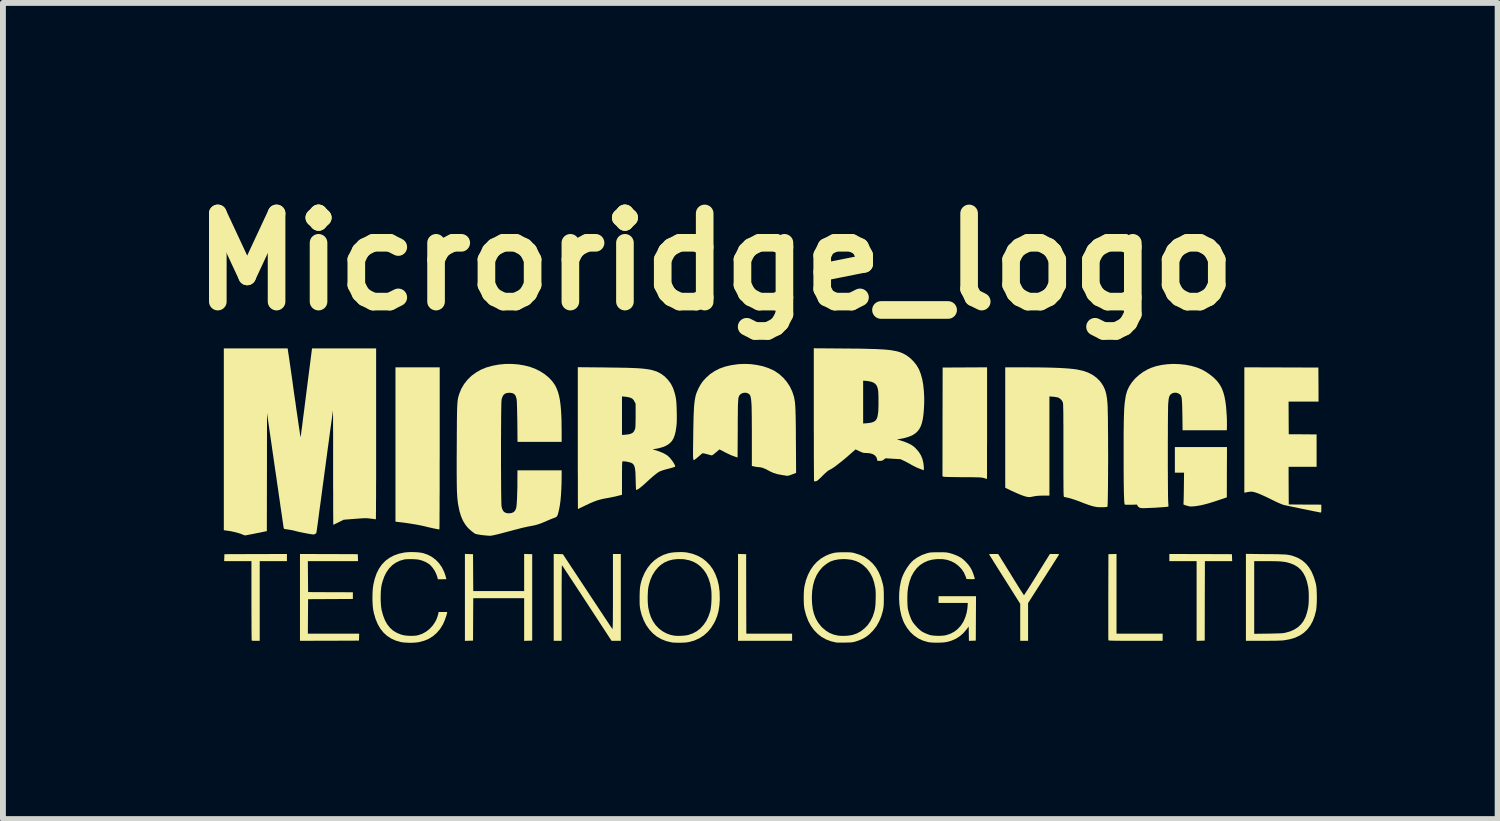
<source format=kicad_pcb>
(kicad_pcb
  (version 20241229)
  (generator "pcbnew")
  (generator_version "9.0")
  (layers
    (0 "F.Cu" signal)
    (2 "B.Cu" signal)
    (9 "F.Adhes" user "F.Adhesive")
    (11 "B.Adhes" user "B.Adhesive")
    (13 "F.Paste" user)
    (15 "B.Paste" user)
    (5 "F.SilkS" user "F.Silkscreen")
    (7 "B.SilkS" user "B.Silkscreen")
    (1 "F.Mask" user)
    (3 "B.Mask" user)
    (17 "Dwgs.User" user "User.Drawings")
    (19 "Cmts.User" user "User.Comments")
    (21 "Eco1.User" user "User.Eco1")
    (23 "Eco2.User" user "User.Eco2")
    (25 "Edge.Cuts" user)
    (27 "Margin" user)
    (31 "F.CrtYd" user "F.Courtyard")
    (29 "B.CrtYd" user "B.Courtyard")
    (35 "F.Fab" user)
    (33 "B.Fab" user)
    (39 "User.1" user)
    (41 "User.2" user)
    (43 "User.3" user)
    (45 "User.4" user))
  (footprint "Microridge_logo"
    (layer "F.Cu")
    (at 10.121 5.404)
    (property "Reference" "Microridge_logo" (at -1 -4 0) (layer "F.SilkS") (effects (font (size 1.5 1.5) (thickness 0.3))))
    (attr board_only exclude_from_pos_files exclude_from_bom)
    (fp_poly (pts (xy -0.542 0.975) (xy -0.473 0.977) (xy -0.472 1.654) (xy -0.47 2.33) (xy -0.081 2.33) (xy 0.309 2.33) (xy 0.309 2.391) (xy 0.309 2.451) (xy -0.151 2.451) (xy -0.611 2.451) (xy -0.611 1.712) (xy -0.611 0.973)) (stroke (width 0) (type solid)) (fill yes) (layer "F.SilkS"))
    (fp_poly (pts (xy 7.262 0.975) (xy 7.794 0.977) (xy 7.796 1.036) (xy 7.798 1.095) (xy 7.566 1.095) (xy 7.334 1.095) (xy 7.332 1.771) (xy 7.331 2.448) (xy 7.262 2.45) (xy 7.193 2.452) (xy 7.193 1.773) (xy 7.193 1.095) (xy 6.961 1.095) (xy 6.729 1.095) (xy 6.729 1.034) (xy 6.729 0.974)) (stroke (width 0) (type solid)) (fill yes) (layer "F.SilkS"))
    (fp_poly (pts (xy -7.574 0.975) (xy -7.082 0.977) (xy -7.08 1.036) (xy -7.078 1.095) (xy -7.505 1.095) (xy -7.932 1.095) (xy -7.93 1.358) (xy -7.928 1.622) (xy -7.547 1.624) (xy -7.166 1.625) (xy -7.166 1.682) (xy -7.166 1.739) (xy -7.547 1.741) (xy -7.928 1.743) (xy -7.93 2.037) (xy -7.932 2.33) (xy -7.495 2.33) (xy -7.058 2.33) (xy -7.06 2.389) (xy -7.062 2.448) (xy -7.564 2.45) (xy -8.066 2.451) (xy -8.066 1.713) (xy -8.066 0.974)) (stroke (width 0) (type solid)) (fill yes) (layer "F.SilkS"))
    (fp_poly (pts (xy -4.182 0.975) (xy -4.114 0.977) (xy -4.114 1.713) (xy -4.114 2.448) (xy -4.182 2.45) (xy -4.251 2.452) (xy -4.251 2.089) (xy -4.251 1.726) (xy -4.684 1.726) (xy -5.117 1.726) (xy -5.119 2.087) (xy -5.121 2.448) (xy -5.19 2.45) (xy -5.259 2.452) (xy -5.259 1.713) (xy -5.259 0.973) (xy -5.19 0.975) (xy -5.121 0.977) (xy -5.119 1.291) (xy -5.117 1.605) (xy -4.684 1.605) (xy -4.251 1.605) (xy -4.251 1.289) (xy -4.251 0.973)) (stroke (width 0) (type solid)) (fill yes) (layer "F.SilkS"))
    (fp_poly (pts (xy -8.288 1.034) (xy -8.288 1.095) (xy -8.519 1.095) (xy -8.751 1.095) (xy -8.751 1.773) (xy -8.751 2.451) (xy -8.817 2.451) (xy -8.846 2.451) (xy -8.869 2.45) (xy -8.884 2.448) (xy -8.888 2.447) (xy -8.888 2.44) (xy -8.889 2.42) (xy -8.889 2.389) (xy -8.89 2.347) (xy -8.89 2.295) (xy -8.891 2.234) (xy -8.891 2.165) (xy -8.891 2.089) (xy -8.892 2.007) (xy -8.892 1.92) (xy -8.892 1.828) (xy -8.892 1.769) (xy -8.892 1.095) (xy -9.124 1.095) (xy -9.356 1.095) (xy -9.354 1.036) (xy -9.352 0.977) (xy -8.82 0.975) (xy -8.288 0.974)) (stroke (width 0) (type solid)) (fill yes) (layer "F.SilkS"))
    (fp_poly (pts (xy 5.83 1.652) (xy 5.83 2.33) (xy 6.222 2.33) (xy 6.615 2.33) (xy 6.615 2.391) (xy 6.615 2.451) (xy 6.155 2.451) (xy 6.061 2.451) (xy 5.98 2.451) (xy 5.911 2.451) (xy 5.853 2.45) (xy 5.806 2.45) (xy 5.767 2.449) (xy 5.738 2.448) (xy 5.716 2.447) (xy 5.702 2.446) (xy 5.694 2.444) (xy 5.692 2.443) (xy 5.691 2.435) (xy 5.691 2.415) (xy 5.69 2.383) (xy 5.69 2.34) (xy 5.69 2.288) (xy 5.69 2.226) (xy 5.69 2.156) (xy 5.69 2.079) (xy 5.69 1.995) (xy 5.69 1.906) (xy 5.69 1.812) (xy 5.69 1.715) (xy 5.69 1.706) (xy 5.692 0.977) (xy 5.761 0.975) (xy 5.83 0.973)) (stroke (width 0) (type solid)) (fill yes) (layer "F.SilkS"))
    (fp_poly (pts (xy 7.708 -0.418) (xy 7.707 0.01) (xy 7.592 0.049) (xy 7.496 0.081) (xy 7.41 0.108) (xy 7.336 0.128) (xy 7.271 0.144) (xy 7.255 0.147) (xy 7.213 0.154) (xy 7.171 0.16) (xy 7.132 0.164) (xy 7.098 0.165) (xy 7.074 0.164) (xy 7.072 0.164) (xy 7.057 0.16) (xy 7.034 0.154) (xy 7.009 0.147) (xy 6.985 0.138) (xy 6.972 0.132) (xy 6.968 0.126) (xy 6.969 0.122) (xy 6.97 0.113) (xy 6.971 0.092) (xy 6.972 0.061) (xy 6.973 0.021) (xy 6.974 -0.027) (xy 6.975 -0.08) (xy 6.976 -0.138) (xy 6.976 -0.149) (xy 6.979 -0.41) (xy 6.901 -0.41) (xy 6.823 -0.41) (xy 6.823 -0.628) (xy 6.823 -0.846) (xy 7.267 -0.846) (xy 7.71 -0.846)) (stroke (width 0) (type solid)) (fill yes) (layer "F.SilkS"))
    (fp_poly (pts (xy -5.688 -0.823) (xy -5.688 -0.688) (xy -5.689 -0.556) (xy -5.689 -0.429) (xy -5.689 -0.306) (xy -5.689 -0.19) (xy -5.689 -0.079) (xy -5.69 0.025) (xy -5.69 0.122) (xy -5.69 0.21) (xy -5.691 0.29) (xy -5.691 0.361) (xy -5.691 0.422) (xy -5.692 0.472) (xy -5.692 0.512) (xy -5.693 0.539) (xy -5.693 0.554) (xy -5.694 0.557) (xy -5.702 0.555) (xy -5.72 0.552) (xy -5.747 0.547) (xy -5.777 0.541) (xy -5.815 0.533) (xy -5.86 0.523) (xy -5.907 0.512) (xy -5.95 0.501) (xy -5.951 0.501) (xy -5.991 0.492) (xy -6.041 0.482) (xy -6.099 0.471) (xy -6.161 0.461) (xy -6.225 0.451) (xy -6.287 0.442) (xy -6.345 0.435) (xy -6.363 0.433) (xy -6.389 0.43) (xy -6.411 0.427) (xy -6.422 0.426) (xy -6.441 0.422) (xy -6.441 -0.89) (xy -6.441 -2.203) (xy -6.065 -2.203) (xy -5.688 -2.203)) (stroke (width 0) (type solid)) (fill yes) (layer "F.SilkS"))
    (fp_poly (pts (xy 3.627 -1.253) (xy 3.627 -1.141) (xy 3.627 -1.033) (xy 3.627 -0.929) (xy 3.626 -0.831) (xy 3.626 -0.739) (xy 3.626 -0.653) (xy 3.626 -0.575) (xy 3.626 -0.505) (xy 3.626 -0.445) (xy 3.626 -0.394) (xy 3.626 -0.354) (xy 3.625 -0.324) (xy 3.625 -0.308) (xy 3.625 -0.303) (xy 3.618 -0.305) (xy 3.602 -0.31) (xy 3.579 -0.317) (xy 3.576 -0.318) (xy 3.565 -0.321) (xy 3.553 -0.324) (xy 3.539 -0.326) (xy 3.523 -0.328) (xy 3.503 -0.329) (xy 3.477 -0.331) (xy 3.444 -0.331) (xy 3.403 -0.332) (xy 3.353 -0.333) (xy 3.292 -0.333) (xy 3.219 -0.333) (xy 3.217 -0.333) (xy 3.138 -0.334) (xy 3.068 -0.335) (xy 3.009 -0.336) (xy 2.96 -0.337) (xy 2.923 -0.338) (xy 2.898 -0.34) (xy 2.886 -0.342) (xy 2.886 -0.342) (xy 2.868 -0.349) (xy 2.869 -1.274) (xy 2.871 -2.199) (xy 3.249 -2.201) (xy 3.627 -2.203)) (stroke (width 0) (type solid)) (fill yes) (layer "F.SilkS"))
    (fp_poly (pts (xy 8.635 -2.201) (xy 9.265 -2.199) (xy 9.267 -1.909) (xy 9.268 -1.619) (xy 9.013 -1.619) (xy 8.758 -1.619) (xy 8.759 -1.342) (xy 8.761 -1.064) (xy 8.998 -1.063) (xy 9.235 -1.061) (xy 9.235 -0.786) (xy 9.235 -0.51) (xy 8.996 -0.51) (xy 8.758 -0.51) (xy 8.759 -0.19) (xy 8.761 0.131) (xy 9.038 0.133) (xy 9.315 0.134) (xy 9.315 0.202) (xy 9.315 0.232) (xy 9.314 0.252) (xy 9.312 0.263) (xy 9.308 0.267) (xy 9.303 0.268) (xy 9.294 0.267) (xy 9.274 0.263) (xy 9.243 0.256) (xy 9.203 0.249) (xy 9.156 0.239) (xy 9.102 0.228) (xy 9.044 0.216) (xy 9.003 0.208) (xy 8.941 0.195) (xy 8.881 0.182) (xy 8.826 0.171) (xy 8.777 0.161) (xy 8.735 0.152) (xy 8.702 0.145) (xy 8.68 0.14) (xy 8.672 0.138) (xy 8.654 0.132) (xy 8.624 0.12) (xy 8.586 0.104) (xy 8.541 0.083) (xy 8.49 0.058) (xy 8.457 0.042) (xy 8.379 0.004) (xy 8.311 -0.027) (xy 8.253 -0.052) (xy 8.205 -0.07) (xy 8.166 -0.081) (xy 8.136 -0.087) (xy 8.125 -0.087) (xy 8.103 -0.086) (xy 8.074 -0.082) (xy 8.051 -0.078) (xy 8.005 -0.069) (xy 8.005 -1.136) (xy 8.005 -2.203)) (stroke (width 0) (type solid)) (fill yes) (layer "F.SilkS"))
    (fp_poly (pts (xy -3.67 0.975) (xy -3.592 0.977) (xy -3.174 1.61) (xy -3.119 1.694) (xy -3.066 1.774) (xy -3.015 1.85) (xy -2.968 1.922) (xy -2.923 1.989) (xy -2.883 2.05) (xy -2.847 2.104) (xy -2.816 2.151) (xy -2.79 2.19) (xy -2.77 2.22) (xy -2.756 2.24) (xy -2.749 2.25) (xy -2.748 2.251) (xy -2.747 2.25) (xy -2.746 2.243) (xy -2.745 2.229) (xy -2.744 2.208) (xy -2.743 2.179) (xy -2.742 2.142) (xy -2.741 2.095) (xy -2.741 2.039) (xy -2.741 1.973) (xy -2.74 1.895) (xy -2.74 1.806) (xy -2.74 1.704) (xy -2.74 1.617) (xy -2.74 0.974) (xy -2.673 0.974) (xy -2.606 0.974) (xy -2.606 1.713) (xy -2.606 2.451) (xy -2.685 2.451) (xy -2.764 2.451) (xy -3.183 1.809) (xy -3.238 1.725) (xy -3.291 1.644) (xy -3.342 1.567) (xy -3.389 1.495) (xy -3.433 1.428) (xy -3.474 1.367) (xy -3.509 1.312) (xy -3.541 1.265) (xy -3.566 1.226) (xy -3.586 1.196) (xy -3.6 1.176) (xy -3.607 1.165) (xy -3.608 1.164) (xy -3.609 1.17) (xy -3.61 1.189) (xy -3.61 1.219) (xy -3.611 1.26) (xy -3.611 1.311) (xy -3.612 1.37) (xy -3.612 1.438) (xy -3.613 1.513) (xy -3.613 1.593) (xy -3.613 1.679) (xy -3.613 1.77) (xy -3.613 1.806) (xy -3.613 2.451) (xy -3.68 2.451) (xy -3.748 2.451) (xy -3.748 1.712) (xy -3.748 0.973)) (stroke (width 0) (type solid)) (fill yes) (layer "F.SilkS"))
    (fp_poly (pts (xy 3.831 0.999) (xy 3.838 1.009) (xy 3.851 1.03) (xy 3.869 1.06) (xy 3.893 1.098) (xy 3.921 1.142) (xy 3.952 1.193) (xy 3.986 1.248) (xy 4.023 1.307) (xy 4.049 1.35) (xy 4.086 1.41) (xy 4.121 1.466) (xy 4.153 1.518) (xy 4.182 1.564) (xy 4.207 1.603) (xy 4.228 1.635) (xy 4.243 1.658) (xy 4.252 1.672) (xy 4.255 1.675) (xy 4.26 1.669) (xy 4.271 1.653) (xy 4.287 1.627) (xy 4.309 1.593) (xy 4.336 1.552) (xy 4.366 1.504) (xy 4.4 1.45) (xy 4.436 1.392) (xy 4.475 1.33) (xy 4.478 1.324) (xy 4.696 0.974) (xy 4.776 0.974) (xy 4.81 0.974) (xy 4.832 0.975) (xy 4.845 0.976) (xy 4.851 0.979) (xy 4.851 0.983) (xy 4.85 0.986) (xy 4.845 0.993) (xy 4.834 1.011) (xy 4.817 1.038) (xy 4.794 1.074) (xy 4.766 1.118) (xy 4.735 1.168) (xy 4.699 1.224) (xy 4.66 1.284) (xy 4.619 1.349) (xy 4.584 1.403) (xy 4.325 1.809) (xy 4.325 2.13) (xy 4.325 2.451) (xy 4.258 2.451) (xy 4.191 2.451) (xy 4.191 2.137) (xy 4.191 1.822) (xy 3.926 1.401) (xy 3.883 1.333) (xy 3.842 1.268) (xy 3.804 1.208) (xy 3.769 1.152) (xy 3.738 1.103) (xy 3.712 1.06) (xy 3.69 1.026) (xy 3.674 1) (xy 3.664 0.983) (xy 3.66 0.977) (xy 3.667 0.976) (xy 3.684 0.975) (xy 3.709 0.974) (xy 3.737 0.974) (xy 3.815 0.974)) (stroke (width 0) (type solid)) (fill yes) (layer "F.SilkS"))
    (fp_poly (pts (xy 8.37 0.976) (xy 8.451 0.976) (xy 8.521 0.977) (xy 8.58 0.978) (xy 8.629 0.98) (xy 8.67 0.981) (xy 8.705 0.983) (xy 8.734 0.986) (xy 8.76 0.99) (xy 8.782 0.994) (xy 8.804 0.999) (xy 8.825 1.005) (xy 8.848 1.013) (xy 8.855 1.015) (xy 8.929 1.046) (xy 8.996 1.088) (xy 9.055 1.14) (xy 9.106 1.202) (xy 9.15 1.276) (xy 9.186 1.36) (xy 9.216 1.456) (xy 9.226 1.499) (xy 9.231 1.531) (xy 9.235 1.573) (xy 9.237 1.624) (xy 9.239 1.679) (xy 9.239 1.736) (xy 9.238 1.793) (xy 9.235 1.845) (xy 9.232 1.891) (xy 9.227 1.928) (xy 9.226 1.936) (xy 9.201 2.032) (xy 9.168 2.118) (xy 9.126 2.194) (xy 9.076 2.26) (xy 9.016 2.316) (xy 8.948 2.361) (xy 8.87 2.398) (xy 8.783 2.424) (xy 8.686 2.442) (xy 8.663 2.444) (xy 8.641 2.446) (xy 8.608 2.447) (xy 8.565 2.449) (xy 8.514 2.45) (xy 8.458 2.45) (xy 8.397 2.451) (xy 8.334 2.451) (xy 8.314 2.451) (xy 8.032 2.451) (xy 8.032 1.713) (xy 8.173 1.713) (xy 8.173 2.332) (xy 8.413 2.329) (xy 8.481 2.328) (xy 8.537 2.326) (xy 8.582 2.325) (xy 8.619 2.324) (xy 8.648 2.322) (xy 8.671 2.32) (xy 8.69 2.317) (xy 8.703 2.314) (xy 8.785 2.291) (xy 8.856 2.259) (xy 8.917 2.22) (xy 8.968 2.172) (xy 9.011 2.115) (xy 9.046 2.048) (xy 9.072 1.97) (xy 9.091 1.887) (xy 9.097 1.841) (xy 9.101 1.785) (xy 9.102 1.725) (xy 9.102 1.663) (xy 9.099 1.604) (xy 9.094 1.552) (xy 9.09 1.529) (xy 9.07 1.441) (xy 9.043 1.364) (xy 9.008 1.297) (xy 8.965 1.241) (xy 8.913 1.195) (xy 8.852 1.158) (xy 8.781 1.13) (xy 8.7 1.11) (xy 8.637 1.102) (xy 8.613 1.1) (xy 8.579 1.098) (xy 8.536 1.097) (xy 8.486 1.096) (xy 8.433 1.095) (xy 8.379 1.095) (xy 8.373 1.095) (xy 8.173 1.095) (xy 8.173 1.713) (xy 8.032 1.713) (xy 8.032 1.712) (xy 8.032 0.972)) (stroke (width 0) (type solid)) (fill yes) (layer "F.SilkS"))
    (fp_poly (pts (xy -6.118 0.942) (xy -6.062 0.945) (xy -6.012 0.951) (xy -5.971 0.959) (xy -5.967 0.96) (xy -5.889 0.987) (xy -5.818 1.025) (xy -5.754 1.074) (xy -5.698 1.133) (xy -5.65 1.202) (xy -5.613 1.278) (xy -5.591 1.34) (xy -5.584 1.366) (xy -5.578 1.387) (xy -5.575 1.399) (xy -5.574 1.401) (xy -5.581 1.402) (xy -5.598 1.403) (xy -5.622 1.403) (xy -5.647 1.404) (xy -5.72 1.404) (xy -5.728 1.368) (xy -5.747 1.314) (xy -5.773 1.26) (xy -5.806 1.211) (xy -5.842 1.169) (xy -5.869 1.145) (xy -5.924 1.112) (xy -5.986 1.086) (xy -6.04 1.071) (xy -6.075 1.066) (xy -6.118 1.063) (xy -6.164 1.061) (xy -6.21 1.061) (xy -6.253 1.063) (xy -6.286 1.066) (xy -6.291 1.067) (xy -6.366 1.088) (xy -6.434 1.121) (xy -6.495 1.164) (xy -6.548 1.218) (xy -6.594 1.283) (xy -6.632 1.359) (xy -6.662 1.444) (xy -6.678 1.508) (xy -6.685 1.554) (xy -6.69 1.609) (xy -6.692 1.671) (xy -6.693 1.735) (xy -6.691 1.798) (xy -6.687 1.857) (xy -6.68 1.907) (xy -6.677 1.926) (xy -6.652 2.018) (xy -6.621 2.099) (xy -6.583 2.168) (xy -6.537 2.227) (xy -6.483 2.276) (xy -6.421 2.314) (xy -6.351 2.343) (xy -6.323 2.351) (xy -6.281 2.36) (xy -6.231 2.365) (xy -6.178 2.367) (xy -6.127 2.366) (xy -6.08 2.361) (xy -6.051 2.355) (xy -5.981 2.33) (xy -5.916 2.293) (xy -5.857 2.246) (xy -5.806 2.19) (xy -5.764 2.127) (xy -5.742 2.083) (xy -5.731 2.054) (xy -5.721 2.022) (xy -5.714 2) (xy -5.706 1.961) (xy -5.633 1.961) (xy -5.56 1.961) (xy -5.564 1.983) (xy -5.573 2.017) (xy -5.587 2.059) (xy -5.603 2.102) (xy -5.62 2.143) (xy -5.635 2.175) (xy -5.683 2.252) (xy -5.74 2.318) (xy -5.803 2.373) (xy -5.875 2.418) (xy -5.955 2.451) (xy -6.043 2.474) (xy -6.044 2.474) (xy -6.088 2.48) (xy -6.14 2.484) (xy -6.197 2.485) (xy -6.254 2.483) (xy -6.306 2.479) (xy -6.35 2.473) (xy -6.353 2.472) (xy -6.438 2.447) (xy -6.515 2.412) (xy -6.585 2.366) (xy -6.646 2.31) (xy -6.699 2.243) (xy -6.744 2.165) (xy -6.78 2.078) (xy -6.808 1.981) (xy -6.822 1.911) (xy -6.827 1.862) (xy -6.831 1.803) (xy -6.833 1.739) (xy -6.832 1.673) (xy -6.83 1.609) (xy -6.825 1.55) (xy -6.818 1.501) (xy -6.818 1.498) (xy -6.794 1.396) (xy -6.762 1.304) (xy -6.721 1.223) (xy -6.672 1.152) (xy -6.613 1.091) (xy -6.546 1.041) (xy -6.47 1) (xy -6.386 0.97) (xy -6.292 0.949) (xy -6.275 0.947) (xy -6.228 0.943) (xy -6.174 0.941)) (stroke (width 0) (type solid)) (fill yes) (layer "F.SilkS"))
    (fp_poly (pts (xy -1.516 0.944) (xy -1.472 0.95) (xy -1.38 0.972) (xy -1.295 1.005) (xy -1.218 1.048) (xy -1.15 1.102) (xy -1.089 1.165) (xy -1.038 1.237) (xy -0.996 1.319) (xy -0.963 1.408) (xy -0.939 1.506) (xy -0.925 1.612) (xy -0.922 1.725) (xy -0.922 1.756) (xy -0.929 1.854) (xy -0.943 1.943) (xy -0.965 2.025) (xy -0.995 2.102) (xy -1.021 2.154) (xy -1.071 2.233) (xy -1.129 2.302) (xy -1.196 2.361) (xy -1.271 2.409) (xy -1.353 2.446) (xy -1.442 2.471) (xy -1.457 2.474) (xy -1.49 2.479) (xy -1.532 2.482) (xy -1.581 2.484) (xy -1.63 2.484) (xy -1.678 2.483) (xy -1.719 2.481) (xy -1.746 2.477) (xy -1.834 2.456) (xy -1.916 2.423) (xy -1.992 2.38) (xy -2.06 2.325) (xy -2.12 2.26) (xy -2.173 2.186) (xy -2.216 2.103) (xy -2.251 2.011) (xy -2.271 1.934) (xy -2.276 1.909) (xy -2.28 1.885) (xy -2.283 1.86) (xy -2.285 1.832) (xy -2.286 1.798) (xy -2.286 1.755) (xy -2.286 1.716) (xy -2.286 1.707) (xy -2.149 1.707) (xy -2.148 1.765) (xy -2.146 1.819) (xy -2.141 1.866) (xy -2.139 1.885) (xy -2.119 1.973) (xy -2.092 2.052) (xy -2.057 2.121) (xy -2.014 2.183) (xy -1.967 2.233) (xy -1.904 2.284) (xy -1.834 2.323) (xy -1.759 2.351) (xy -1.695 2.364) (xy -1.65 2.367) (xy -1.599 2.367) (xy -1.545 2.364) (xy -1.495 2.359) (xy -1.455 2.351) (xy -1.381 2.325) (xy -1.313 2.288) (xy -1.252 2.24) (xy -1.198 2.181) (xy -1.152 2.114) (xy -1.115 2.037) (xy -1.086 1.952) (xy -1.08 1.929) (xy -1.074 1.89) (xy -1.068 1.841) (xy -1.064 1.786) (xy -1.062 1.728) (xy -1.062 1.671) (xy -1.064 1.618) (xy -1.068 1.574) (xy -1.085 1.479) (xy -1.112 1.394) (xy -1.147 1.316) (xy -1.192 1.249) (xy -1.244 1.191) (xy -1.304 1.143) (xy -1.372 1.105) (xy -1.447 1.079) (xy -1.528 1.064) (xy -1.548 1.062) (xy -1.638 1.06) (xy -1.72 1.069) (xy -1.795 1.088) (xy -1.863 1.118) (xy -1.925 1.159) (xy -1.971 1.2) (xy -2.023 1.262) (xy -2.068 1.334) (xy -2.103 1.414) (xy -2.129 1.501) (xy -2.139 1.551) (xy -2.144 1.596) (xy -2.147 1.649) (xy -2.149 1.707) (xy -2.286 1.707) (xy -2.285 1.647) (xy -2.283 1.589) (xy -2.278 1.538) (xy -2.271 1.493) (xy -2.26 1.449) (xy -2.246 1.404) (xy -2.239 1.382) (xy -2.2 1.293) (xy -2.152 1.212) (xy -2.096 1.141) (xy -2.031 1.079) (xy -1.958 1.028) (xy -1.879 0.988) (xy -1.793 0.96) (xy -1.792 0.96) (xy -1.746 0.951) (xy -1.691 0.945) (xy -1.632 0.942) (xy -1.572 0.941)) (stroke (width 0) (type solid)) (fill yes) (layer "F.SilkS"))
    (fp_poly (pts (xy 4.239 -2.203) (xy 4.39 -2.202) (xy 4.527 -2.201) (xy 4.651 -2.199) (xy 4.764 -2.196) (xy 4.864 -2.192) (xy 4.953 -2.187) (xy 5.03 -2.181) (xy 5.097 -2.174) (xy 5.153 -2.167) (xy 5.161 -2.165) (xy 5.258 -2.144) (xy 5.345 -2.114) (xy 5.421 -2.075) (xy 5.488 -2.027) (xy 5.545 -1.971) (xy 5.578 -1.927) (xy 5.606 -1.882) (xy 5.628 -1.836) (xy 5.645 -1.787) (xy 5.658 -1.733) (xy 5.668 -1.671) (xy 5.675 -1.598) (xy 5.677 -1.572) (xy 5.679 -1.534) (xy 5.68 -1.486) (xy 5.681 -1.429) (xy 5.683 -1.364) (xy 5.684 -1.292) (xy 5.684 -1.213) (xy 5.685 -1.13) (xy 5.686 -1.042) (xy 5.686 -0.951) (xy 5.686 -0.857) (xy 5.687 -0.762) (xy 5.687 -0.667) (xy 5.687 -0.572) (xy 5.686 -0.479) (xy 5.686 -0.388) (xy 5.685 -0.301) (xy 5.685 -0.218) (xy 5.684 -0.141) (xy 5.683 -0.07) (xy 5.682 -0.006) (xy 5.681 0.05) (xy 5.68 0.096) (xy 5.678 0.132) (xy 5.677 0.157) (xy 5.675 0.169) (xy 5.674 0.171) (xy 5.666 0.173) (xy 5.646 0.175) (xy 5.62 0.177) (xy 5.59 0.177) (xy 5.558 0.178) (xy 5.529 0.177) (xy 5.505 0.176) (xy 5.495 0.175) (xy 5.459 0.168) (xy 5.42 0.159) (xy 5.377 0.146) (xy 5.328 0.129) (xy 5.27 0.108) (xy 5.229 0.091) (xy 5.134 0.056) (xy 5.044 0.027) (xy 4.96 0.007) (xy 4.94 0.003) (xy 4.938 0.002) (xy 4.936 0.001) (xy 4.934 -0.002) (xy 4.933 -0.007) (xy 4.932 -0.015) (xy 4.93 -0.026) (xy 4.93 -0.042) (xy 4.929 -0.063) (xy 4.928 -0.09) (xy 4.928 -0.123) (xy 4.927 -0.164) (xy 4.927 -0.212) (xy 4.927 -0.269) (xy 4.926 -0.336) (xy 4.926 -0.412) (xy 4.926 -0.5) (xy 4.926 -0.599) (xy 4.926 -0.71) (xy 4.926 -0.787) (xy 4.926 -0.912) (xy 4.926 -1.023) (xy 4.926 -1.123) (xy 4.926 -1.211) (xy 4.925 -1.288) (xy 4.925 -1.355) (xy 4.925 -1.413) (xy 4.924 -1.461) (xy 4.923 -1.502) (xy 4.922 -1.534) (xy 4.922 -1.56) (xy 4.92 -1.579) (xy 4.919 -1.593) (xy 4.918 -1.602) (xy 4.917 -1.604) (xy 4.902 -1.635) (xy 4.877 -1.663) (xy 4.847 -1.684) (xy 4.828 -1.691) (xy 4.807 -1.695) (xy 4.778 -1.7) (xy 4.747 -1.703) (xy 4.743 -1.703) (xy 4.688 -1.708) (xy 4.688 -0.864) (xy 4.688 -0.02) (xy 4.589 -0.02) (xy 4.535 -0.019) (xy 4.486 -0.016) (xy 4.447 -0.011) (xy 4.436 -0.009) (xy 4.407 -0.004) (xy 4.381 0.001) (xy 4.361 0.005) (xy 4.359 0.005) (xy 4.333 0.005) (xy 4.298 -0.000423) (xy 4.254 -0.013) (xy 4.202 -0.032) (xy 4.14 -0.058) (xy 4.067 -0.091) (xy 4.038 -0.104) (xy 3.936 -0.154) (xy 3.936 -1.178) (xy 3.936 -2.203)) (stroke (width 0) (type solid)) (fill yes) (layer "F.SilkS"))
    (fp_poly (pts (xy 6.904 -2.257) (xy 7.006 -2.246) (xy 7.105 -2.227) (xy 7.198 -2.2) (xy 7.282 -2.165) (xy 7.288 -2.162) (xy 7.354 -2.125) (xy 7.418 -2.081) (xy 7.478 -2.033) (xy 7.53 -1.982) (xy 7.565 -1.94) (xy 7.597 -1.892) (xy 7.625 -1.838) (xy 7.647 -1.778) (xy 7.666 -1.711) (xy 7.681 -1.634) (xy 7.693 -1.547) (xy 7.701 -1.448) (xy 7.703 -1.415) (xy 7.706 -1.368) (xy 7.708 -1.319) (xy 7.709 -1.273) (xy 7.709 -1.233) (xy 7.709 -1.209) (xy 7.707 -1.132) (xy 7.331 -1.132) (xy 6.954 -1.132) (xy 6.951 -1.39) (xy 6.949 -1.465) (xy 6.948 -1.527) (xy 6.946 -1.578) (xy 6.944 -1.619) (xy 6.942 -1.653) (xy 6.938 -1.679) (xy 6.934 -1.699) (xy 6.929 -1.714) (xy 6.923 -1.726) (xy 6.915 -1.736) (xy 6.911 -1.74) (xy 6.883 -1.759) (xy 6.85 -1.77) (xy 6.815 -1.771) (xy 6.782 -1.763) (xy 6.754 -1.745) (xy 6.752 -1.743) (xy 6.74 -1.729) (xy 6.73 -1.712) (xy 6.723 -1.689) (xy 6.717 -1.66) (xy 6.713 -1.622) (xy 6.709 -1.576) (xy 6.708 -1.555) (xy 6.707 -1.522) (xy 6.707 -1.478) (xy 6.706 -1.424) (xy 6.705 -1.361) (xy 6.705 -1.29) (xy 6.704 -1.212) (xy 6.704 -1.129) (xy 6.704 -1.041) (xy 6.703 -0.949) (xy 6.703 -0.855) (xy 6.703 -0.76) (xy 6.703 -0.665) (xy 6.703 -0.571) (xy 6.703 -0.479) (xy 6.704 -0.39) (xy 6.704 -0.305) (xy 6.705 -0.226) (xy 6.705 -0.153) (xy 6.706 -0.088) (xy 6.706 -0.031) (xy 6.707 0.016) (xy 6.708 0.052) (xy 6.709 0.076) (xy 6.709 0.08) (xy 6.711 0.112) (xy 6.713 0.139) (xy 6.713 0.158) (xy 6.713 0.167) (xy 6.713 0.167) (xy 6.705 0.169) (xy 6.685 0.171) (xy 6.657 0.174) (xy 6.62 0.177) (xy 6.579 0.18) (xy 6.534 0.183) (xy 6.487 0.186) (xy 6.442 0.188) (xy 6.399 0.19) (xy 6.367 0.191) (xy 6.32 0.193) (xy 6.285 0.193) (xy 6.26 0.193) (xy 6.242 0.191) (xy 6.229 0.188) (xy 6.221 0.185) (xy 6.203 0.172) (xy 6.189 0.155) (xy 6.189 0.155) (xy 6.178 0.133) (xy 6.074 0.136) (xy 6.034 0.136) (xy 6.006 0.136) (xy 5.988 0.136) (xy 5.976 0.134) (xy 5.97 0.131) (xy 5.968 0.127) (xy 5.967 0.124) (xy 5.964 0.105) (xy 5.961 0.074) (xy 5.959 0.031) (xy 5.957 -0.023) (xy 5.955 -0.089) (xy 5.954 -0.168) (xy 5.952 -0.259) (xy 5.952 -0.362) (xy 5.951 -0.479) (xy 5.951 -0.608) (xy 5.951 -0.715) (xy 5.951 -0.842) (xy 5.951 -0.956) (xy 5.951 -1.058) (xy 5.952 -1.15) (xy 5.953 -1.232) (xy 5.954 -1.305) (xy 5.956 -1.37) (xy 5.958 -1.427) (xy 5.96 -1.478) (xy 5.963 -1.524) (xy 5.966 -1.566) (xy 5.97 -1.603) (xy 5.975 -1.638) (xy 5.98 -1.671) (xy 5.985 -1.704) (xy 5.991 -1.733) (xy 6.012 -1.806) (xy 6.046 -1.878) (xy 6.091 -1.947) (xy 6.146 -2.012) (xy 6.211 -2.071) (xy 6.283 -2.124) (xy 6.362 -2.169) (xy 6.415 -2.193) (xy 6.502 -2.222) (xy 6.596 -2.243) (xy 6.696 -2.256) (xy 6.8 -2.261)) (stroke (width 0) (type solid)) (fill yes) (layer "F.SilkS"))
    (fp_poly (pts (xy 1.233 0.944) (xy 1.27 0.945) (xy 1.299 0.946) (xy 1.323 0.949) (xy 1.345 0.952) (xy 1.367 0.958) (xy 1.372 0.959) (xy 1.462 0.988) (xy 1.544 1.027) (xy 1.617 1.077) (xy 1.682 1.137) (xy 1.738 1.207) (xy 1.784 1.287) (xy 1.822 1.377) (xy 1.851 1.477) (xy 1.855 1.493) (xy 1.86 1.518) (xy 1.864 1.541) (xy 1.866 1.566) (xy 1.868 1.595) (xy 1.869 1.63) (xy 1.87 1.674) (xy 1.87 1.713) (xy 1.87 1.764) (xy 1.869 1.805) (xy 1.868 1.838) (xy 1.866 1.865) (xy 1.863 1.889) (xy 1.859 1.912) (xy 1.855 1.934) (xy 1.827 2.033) (xy 1.789 2.124) (xy 1.742 2.207) (xy 1.684 2.28) (xy 1.676 2.288) (xy 1.623 2.341) (xy 1.57 2.382) (xy 1.513 2.416) (xy 1.45 2.443) (xy 1.394 2.462) (xy 1.37 2.469) (xy 1.35 2.473) (xy 1.328 2.477) (xy 1.304 2.479) (xy 1.273 2.48) (xy 1.232 2.481) (xy 1.209 2.482) (xy 1.168 2.482) (xy 1.13 2.482) (xy 1.099 2.482) (xy 1.076 2.481) (xy 1.064 2.481) (xy 0.973 2.46) (xy 0.888 2.428) (xy 0.811 2.385) (xy 0.742 2.331) (xy 0.68 2.267) (xy 0.627 2.193) (xy 0.582 2.109) (xy 0.547 2.016) (xy 0.52 1.914) (xy 0.519 1.91) (xy 0.513 1.869) (xy 0.509 1.819) (xy 0.507 1.762) (xy 0.507 1.716) (xy 0.645 1.716) (xy 0.649 1.819) (xy 0.661 1.912) (xy 0.682 1.996) (xy 0.712 2.072) (xy 0.751 2.14) (xy 0.799 2.202) (xy 0.819 2.223) (xy 0.879 2.275) (xy 0.942 2.315) (xy 1.011 2.344) (xy 1.088 2.362) (xy 1.103 2.364) (xy 1.144 2.367) (xy 1.194 2.367) (xy 1.246 2.365) (xy 1.296 2.359) (xy 1.337 2.351) (xy 1.339 2.351) (xy 1.411 2.326) (xy 1.479 2.289) (xy 1.54 2.241) (xy 1.595 2.185) (xy 1.64 2.12) (xy 1.676 2.049) (xy 1.684 2.03) (xy 1.698 1.987) (xy 1.71 1.948) (xy 1.718 1.91) (xy 1.724 1.87) (xy 1.728 1.824) (xy 1.73 1.769) (xy 1.731 1.745) (xy 1.732 1.693) (xy 1.732 1.651) (xy 1.731 1.616) (xy 1.729 1.586) (xy 1.725 1.557) (xy 1.723 1.544) (xy 1.704 1.455) (xy 1.677 1.376) (xy 1.641 1.306) (xy 1.597 1.243) (xy 1.571 1.213) (xy 1.516 1.162) (xy 1.457 1.122) (xy 1.394 1.093) (xy 1.324 1.073) (xy 1.246 1.063) (xy 1.185 1.06) (xy 1.104 1.065) (xy 1.031 1.078) (xy 0.965 1.1) (xy 0.905 1.134) (xy 0.848 1.178) (xy 0.828 1.196) (xy 0.773 1.26) (xy 0.727 1.332) (xy 0.691 1.414) (xy 0.666 1.504) (xy 0.65 1.604) (xy 0.645 1.712) (xy 0.645 1.716) (xy 0.507 1.716) (xy 0.507 1.702) (xy 0.508 1.643) (xy 0.511 1.588) (xy 0.517 1.54) (xy 0.52 1.521) (xy 0.544 1.422) (xy 0.578 1.331) (xy 0.621 1.247) (xy 0.672 1.172) (xy 0.732 1.107) (xy 0.799 1.052) (xy 0.873 1.008) (xy 0.913 0.99) (xy 0.953 0.974) (xy 0.989 0.963) (xy 1.024 0.954) (xy 1.06 0.949) (xy 1.102 0.946) (xy 1.153 0.944) (xy 1.185 0.944)) (stroke (width 0) (type solid)) (fill yes) (layer "F.SilkS"))
    (fp_poly (pts (xy 2.851 0.944) (xy 2.887 0.945) (xy 2.916 0.946) (xy 2.939 0.948) (xy 2.96 0.952) (xy 2.981 0.956) (xy 3.005 0.962) (xy 3.005 0.963) (xy 3.043 0.974) (xy 3.085 0.99) (xy 3.124 1.006) (xy 3.136 1.012) (xy 3.167 1.028) (xy 3.193 1.045) (xy 3.217 1.063) (xy 3.244 1.088) (xy 3.261 1.104) (xy 3.307 1.154) (xy 3.342 1.203) (xy 3.371 1.256) (xy 3.395 1.318) (xy 3.398 1.328) (xy 3.407 1.356) (xy 3.414 1.378) (xy 3.418 1.393) (xy 3.418 1.397) (xy 3.412 1.4) (xy 3.393 1.402) (xy 3.363 1.403) (xy 3.348 1.402) (xy 3.277 1.4) (xy 3.262 1.356) (xy 3.233 1.289) (xy 3.192 1.229) (xy 3.142 1.177) (xy 3.084 1.132) (xy 3.019 1.098) (xy 2.949 1.074) (xy 2.878 1.062) (xy 2.786 1.06) (xy 2.7 1.069) (xy 2.621 1.089) (xy 2.55 1.121) (xy 2.485 1.163) (xy 2.429 1.216) (xy 2.381 1.28) (xy 2.34 1.353) (xy 2.309 1.437) (xy 2.286 1.529) (xy 2.277 1.588) (xy 2.273 1.633) (xy 2.271 1.686) (xy 2.27 1.741) (xy 2.271 1.796) (xy 2.273 1.848) (xy 2.277 1.891) (xy 2.28 1.911) (xy 2.293 1.965) (xy 2.311 2.022) (xy 2.333 2.078) (xy 2.357 2.125) (xy 2.358 2.127) (xy 2.372 2.147) (xy 2.393 2.173) (xy 2.418 2.202) (xy 2.441 2.227) (xy 2.471 2.256) (xy 2.496 2.277) (xy 2.519 2.294) (xy 2.545 2.308) (xy 2.559 2.315) (xy 2.591 2.329) (xy 2.626 2.343) (xy 2.656 2.353) (xy 2.663 2.355) (xy 2.701 2.361) (xy 2.749 2.365) (xy 2.8 2.367) (xy 2.851 2.365) (xy 2.898 2.361) (xy 2.931 2.355) (xy 3.005 2.33) (xy 3.071 2.295) (xy 3.13 2.248) (xy 3.181 2.192) (xy 3.223 2.127) (xy 3.256 2.053) (xy 3.28 1.972) (xy 3.291 1.908) (xy 3.294 1.878) (xy 3.296 1.851) (xy 3.298 1.832) (xy 3.298 1.829) (xy 3.298 1.807) (xy 3.049 1.807) (xy 2.801 1.807) (xy 2.801 1.75) (xy 2.801 1.692) (xy 3.12 1.692) (xy 3.439 1.692) (xy 3.437 2.07) (xy 3.435 2.448) (xy 3.377 2.45) (xy 3.318 2.452) (xy 3.316 2.33) (xy 3.314 2.208) (xy 3.279 2.255) (xy 3.226 2.318) (xy 3.167 2.37) (xy 3.101 2.413) (xy 3.026 2.447) (xy 2.965 2.466) (xy 2.931 2.473) (xy 2.887 2.479) (xy 2.837 2.482) (xy 2.784 2.483) (xy 2.73 2.483) (xy 2.681 2.48) (xy 2.638 2.476) (xy 2.619 2.472) (xy 2.534 2.447) (xy 2.457 2.411) (xy 2.386 2.363) (xy 2.323 2.305) (xy 2.268 2.236) (xy 2.221 2.158) (xy 2.196 2.103) (xy 2.168 2.02) (xy 2.148 1.929) (xy 2.135 1.832) (xy 2.13 1.732) (xy 2.132 1.631) (xy 2.142 1.534) (xy 2.16 1.441) (xy 2.176 1.385) (xy 2.199 1.327) (xy 2.229 1.267) (xy 2.265 1.208) (xy 2.303 1.154) (xy 2.343 1.108) (xy 2.374 1.079) (xy 2.441 1.032) (xy 2.517 0.992) (xy 2.598 0.963) (xy 2.624 0.956) (xy 2.644 0.951) (xy 2.668 0.948) (xy 2.697 0.946) (xy 2.733 0.945) (xy 2.78 0.944) (xy 2.804 0.944)) (stroke (width 0) (type solid)) (fill yes) (layer "F.SilkS"))
    (fp_poly (pts (xy -0.393 -2.257) (xy -0.29 -2.243) (xy -0.191 -2.222) (xy -0.099 -2.192) (xy -0.015 -2.155) (xy 0.017 -2.138) (xy 0.092 -2.086) (xy 0.16 -2.024) (xy 0.22 -1.954) (xy 0.271 -1.876) (xy 0.311 -1.792) (xy 0.34 -1.705) (xy 0.346 -1.676) (xy 0.35 -1.653) (xy 0.354 -1.629) (xy 0.358 -1.603) (xy 0.36 -1.574) (xy 0.363 -1.541) (xy 0.365 -1.503) (xy 0.367 -1.458) (xy 0.368 -1.407) (xy 0.37 -1.348) (xy 0.371 -1.28) (xy 0.372 -1.202) (xy 0.373 -1.113) (xy 0.373 -1.012) (xy 0.374 -0.94) (xy 0.377 -0.406) (xy 0.311 -0.381) (xy 0.275 -0.368) (xy 0.249 -0.36) (xy 0.228 -0.357) (xy 0.209 -0.358) (xy 0.201 -0.36) (xy 0.191 -0.362) (xy 0.17 -0.365) (xy 0.143 -0.369) (xy 0.122 -0.373) (xy 0.055 -0.386) (xy -0.004 -0.404) (xy -0.059 -0.428) (xy -0.092 -0.446) (xy -0.147 -0.474) (xy -0.195 -0.493) (xy -0.237 -0.503) (xy -0.253 -0.504) (xy -0.276 -0.505) (xy -0.304 -0.509) (xy -0.329 -0.514) (xy -0.376 -0.525) (xy -0.376 -1.026) (xy -0.376 -1.138) (xy -0.377 -1.238) (xy -0.377 -1.325) (xy -0.378 -1.402) (xy -0.379 -1.468) (xy -0.38 -1.525) (xy -0.382 -1.574) (xy -0.385 -1.614) (xy -0.388 -1.648) (xy -0.392 -1.675) (xy -0.396 -1.697) (xy -0.401 -1.714) (xy -0.407 -1.728) (xy -0.414 -1.738) (xy -0.422 -1.746) (xy -0.43 -1.753) (xy -0.46 -1.767) (xy -0.495 -1.771) (xy -0.53 -1.766) (xy -0.561 -1.751) (xy -0.574 -1.74) (xy -0.581 -1.732) (xy -0.587 -1.725) (xy -0.593 -1.716) (xy -0.597 -1.706) (xy -0.601 -1.693) (xy -0.605 -1.676) (xy -0.607 -1.654) (xy -0.609 -1.627) (xy -0.611 -1.594) (xy -0.613 -1.553) (xy -0.614 -1.504) (xy -0.614 -1.445) (xy -0.615 -1.376) (xy -0.616 -1.297) (xy -0.616 -1.205) (xy -0.616 -1.158) (xy -0.619 -0.668) (xy -0.681 -0.689) (xy -0.711 -0.7) (xy -0.748 -0.716) (xy -0.788 -0.735) (xy -0.827 -0.754) (xy -0.835 -0.758) (xy -0.927 -0.806) (xy -0.988 -0.754) (xy -1.014 -0.733) (xy -1.036 -0.716) (xy -1.052 -0.706) (xy -1.06 -0.704) (xy -1.071 -0.707) (xy -1.091 -0.712) (xy -1.118 -0.719) (xy -1.141 -0.726) (xy -1.174 -0.734) (xy -1.197 -0.739) (xy -1.211 -0.74) (xy -1.22 -0.738) (xy -1.222 -0.737) (xy -1.231 -0.729) (xy -1.248 -0.715) (xy -1.269 -0.697) (xy -1.279 -0.688) (xy -1.302 -0.668) (xy -1.323 -0.651) (xy -1.339 -0.639) (xy -1.343 -0.636) (xy -1.351 -0.631) (xy -1.357 -0.626) (xy -1.363 -0.624) (xy -1.367 -0.626) (xy -1.37 -0.631) (xy -1.373 -0.641) (xy -1.375 -0.658) (xy -1.376 -0.681) (xy -1.377 -0.712) (xy -1.377 -0.752) (xy -1.377 -0.802) (xy -1.376 -0.863) (xy -1.375 -0.936) (xy -1.374 -0.996) (xy -1.373 -1.109) (xy -1.371 -1.21) (xy -1.369 -1.3) (xy -1.367 -1.379) (xy -1.364 -1.449) (xy -1.361 -1.51) (xy -1.357 -1.563) (xy -1.352 -1.61) (xy -1.346 -1.652) (xy -1.339 -1.688) (xy -1.332 -1.722) (xy -1.323 -1.752) (xy -1.312 -1.781) (xy -1.3 -1.809) (xy -1.287 -1.838) (xy -1.279 -1.854) (xy -1.253 -1.902) (xy -1.226 -1.943) (xy -1.196 -1.982) (xy -1.158 -2.022) (xy -1.154 -2.027) (xy -1.085 -2.088) (xy -1.009 -2.139) (xy -0.925 -2.182) (xy -0.832 -2.215) (xy -0.73 -2.239) (xy -0.618 -2.255) (xy -0.601 -2.257) (xy -0.497 -2.261)) (stroke (width 0) (type solid)) (fill yes) (layer "F.SilkS"))
    (fp_poly (pts (xy 1.187 -2.523) (xy 1.319 -2.522) (xy 1.438 -2.521) (xy 1.545 -2.519) (xy 1.641 -2.516) (xy 1.727 -2.514) (xy 1.804 -2.51) (xy 1.872 -2.506) (xy 1.933 -2.501) (xy 1.986 -2.495) (xy 2.034 -2.487) (xy 2.076 -2.479) (xy 2.114 -2.47) (xy 2.148 -2.459) (xy 2.179 -2.447) (xy 2.208 -2.433) (xy 2.236 -2.418) (xy 2.264 -2.401) (xy 2.265 -2.4) (xy 2.323 -2.356) (xy 2.377 -2.302) (xy 2.425 -2.242) (xy 2.463 -2.178) (xy 2.472 -2.159) (xy 2.5 -2.086) (xy 2.523 -2.002) (xy 2.54 -1.909) (xy 2.551 -1.807) (xy 2.557 -1.698) (xy 2.557 -1.584) (xy 2.556 -1.568) (xy 2.551 -1.472) (xy 2.543 -1.388) (xy 2.532 -1.315) (xy 2.517 -1.252) (xy 2.498 -1.199) (xy 2.474 -1.153) (xy 2.445 -1.115) (xy 2.411 -1.083) (xy 2.372 -1.056) (xy 2.35 -1.044) (xy 2.307 -1.026) (xy 2.256 -1.009) (xy 2.202 -0.995) (xy 2.149 -0.985) (xy 2.135 -0.983) (xy 2.093 -0.978) (xy 2.173 -0.952) (xy 2.237 -0.93) (xy 2.29 -0.908) (xy 2.335 -0.885) (xy 2.372 -0.86) (xy 2.406 -0.831) (xy 2.414 -0.822) (xy 2.464 -0.765) (xy 2.501 -0.706) (xy 2.527 -0.643) (xy 2.543 -0.575) (xy 2.546 -0.552) (xy 2.549 -0.522) (xy 2.551 -0.495) (xy 2.551 -0.475) (xy 2.551 -0.468) (xy 2.549 -0.451) (xy 2.473 -0.48) (xy 2.436 -0.495) (xy 2.397 -0.514) (xy 2.361 -0.532) (xy 2.341 -0.543) (xy 2.309 -0.562) (xy 2.271 -0.582) (xy 2.234 -0.602) (xy 2.219 -0.609) (xy 2.152 -0.64) (xy 2.026 -0.647) (xy 1.899 -0.655) (xy 1.87 -0.633) (xy 1.851 -0.62) (xy 1.834 -0.614) (xy 1.813 -0.611) (xy 1.801 -0.611) (xy 1.761 -0.611) (xy 1.756 -0.636) (xy 1.743 -0.673) (xy 1.719 -0.703) (xy 1.684 -0.725) (xy 1.638 -0.739) (xy 1.581 -0.745) (xy 1.56 -0.745) (xy 1.538 -0.746) (xy 1.518 -0.749) (xy 1.498 -0.756) (xy 1.471 -0.767) (xy 1.453 -0.776) (xy 1.389 -0.806) (xy 1.294 -0.723) (xy 1.223 -0.661) (xy 1.158 -0.607) (xy 1.099 -0.561) (xy 1.049 -0.522) (xy 1.006 -0.492) (xy 0.972 -0.471) (xy 0.961 -0.465) (xy 0.94 -0.454) (xy 0.92 -0.442) (xy 0.9 -0.426) (xy 0.877 -0.405) (xy 0.848 -0.378) (xy 0.828 -0.358) (xy 0.8 -0.33) (xy 0.774 -0.306) (xy 0.752 -0.286) (xy 0.736 -0.273) (xy 0.729 -0.269) (xy 0.706 -0.263) (xy 0.689 -0.263) (xy 0.683 -0.266) (xy 0.682 -0.273) (xy 0.682 -0.293) (xy 0.681 -0.325) (xy 0.681 -0.368) (xy 0.681 -0.422) (xy 0.68 -0.486) (xy 0.68 -0.559) (xy 0.679 -0.641) (xy 0.679 -0.73) (xy 0.679 -0.827) (xy 0.679 -0.93) (xy 0.679 -1.039) (xy 0.678 -1.152) (xy 0.678 -1.271) (xy 0.678 -1.393) (xy 0.678 -1.399) (xy 0.678 -1.612) (xy 1.518 -1.612) (xy 1.518 -1.247) (xy 1.577 -1.251) (xy 1.609 -1.255) (xy 1.641 -1.259) (xy 1.666 -1.265) (xy 1.67 -1.266) (xy 1.702 -1.278) (xy 1.726 -1.295) (xy 1.744 -1.318) (xy 1.758 -1.349) (xy 1.767 -1.39) (xy 1.773 -1.431) (xy 1.776 -1.461) (xy 1.777 -1.5) (xy 1.779 -1.547) (xy 1.779 -1.597) (xy 1.779 -1.648) (xy 1.779 -1.697) (xy 1.777 -1.742) (xy 1.776 -1.78) (xy 1.773 -1.807) (xy 1.773 -1.809) (xy 1.763 -1.856) (xy 1.747 -1.894) (xy 1.723 -1.923) (xy 1.692 -1.944) (xy 1.65 -1.959) (xy 1.597 -1.969) (xy 1.572 -1.972) (xy 1.518 -1.976) (xy 1.518 -1.612) (xy 0.678 -1.612) (xy 0.678 -2.527)) (stroke (width 0) (type solid)) (fill yes) (layer "F.SilkS"))
    (fp_poly (pts (xy -2.896 -2.201) (xy -2.78 -2.199) (xy -2.676 -2.198) (xy -2.584 -2.196) (xy -2.502 -2.195) (xy -2.429 -2.192) (xy -2.365 -2.19) (xy -2.309 -2.187) (xy -2.259 -2.183) (xy -2.215 -2.179) (xy -2.175 -2.174) (xy -2.139 -2.169) (xy -2.106 -2.163) (xy -2.074 -2.156) (xy -2.07 -2.155) (xy -1.994 -2.131) (xy -1.924 -2.095) (xy -1.861 -2.049) (xy -1.805 -1.992) (xy -1.757 -1.928) (xy -1.719 -1.855) (xy -1.693 -1.779) (xy -1.682 -1.739) (xy -1.674 -1.702) (xy -1.667 -1.666) (xy -1.663 -1.628) (xy -1.659 -1.586) (xy -1.657 -1.537) (xy -1.655 -1.478) (xy -1.654 -1.441) (xy -1.653 -1.379) (xy -1.653 -1.327) (xy -1.654 -1.285) (xy -1.655 -1.248) (xy -1.658 -1.216) (xy -1.662 -1.185) (xy -1.673 -1.111) (xy -1.689 -1.049) (xy -1.708 -0.998) (xy -1.732 -0.955) (xy -1.763 -0.92) (xy -1.8 -0.89) (xy -1.844 -0.865) (xy -1.844 -0.865) (xy -1.877 -0.851) (xy -1.917 -0.838) (xy -1.959 -0.826) (xy -2 -0.818) (xy -2.033 -0.813) (xy -2.044 -0.813) (xy -2.058 -0.812) (xy -2.058 -0.808) (xy -2.047 -0.803) (xy -2.023 -0.794) (xy -2 -0.788) (xy -1.946 -0.769) (xy -1.892 -0.747) (xy -1.845 -0.722) (xy -1.812 -0.701) (xy -1.792 -0.683) (xy -1.769 -0.66) (xy -1.747 -0.633) (xy -1.725 -0.604) (xy -1.707 -0.576) (xy -1.692 -0.55) (xy -1.683 -0.529) (xy -1.681 -0.515) (xy -1.682 -0.512) (xy -1.691 -0.508) (xy -1.71 -0.502) (xy -1.738 -0.493) (xy -1.771 -0.484) (xy -1.797 -0.477) (xy -1.836 -0.467) (xy -1.873 -0.456) (xy -1.905 -0.446) (xy -1.929 -0.437) (xy -1.938 -0.434) (xy -1.961 -0.421) (xy -1.99 -0.402) (xy -2.023 -0.376) (xy -2.064 -0.343) (xy -2.111 -0.301) (xy -2.167 -0.25) (xy -2.174 -0.243) (xy -2.209 -0.211) (xy -2.243 -0.182) (xy -2.272 -0.158) (xy -2.295 -0.14) (xy -2.31 -0.131) (xy -2.328 -0.122) (xy -2.342 -0.116) (xy -2.346 -0.114) (xy -2.347 -0.121) (xy -2.348 -0.139) (xy -2.349 -0.166) (xy -2.351 -0.202) (xy -2.352 -0.244) (xy -2.353 -0.28) (xy -2.355 -0.348) (xy -2.357 -0.404) (xy -2.361 -0.45) (xy -2.366 -0.486) (xy -2.373 -0.514) (xy -2.382 -0.536) (xy -2.393 -0.552) (xy -2.407 -0.565) (xy -2.424 -0.575) (xy -2.425 -0.576) (xy -2.444 -0.583) (xy -2.471 -0.59) (xy -2.501 -0.597) (xy -2.531 -0.601) (xy -2.556 -0.603) (xy -2.573 -0.603) (xy -2.576 -0.602) (xy -2.578 -0.6) (xy -2.58 -0.594) (xy -2.582 -0.583) (xy -2.583 -0.566) (xy -2.584 -0.543) (xy -2.585 -0.511) (xy -2.585 -0.47) (xy -2.586 -0.418) (xy -2.586 -0.355) (xy -2.586 -0.316) (xy -2.586 -0.034) (xy -2.611 -0.027) (xy -2.7 -0.005) (xy -2.791 0.014) (xy -2.863 0.027) (xy -2.916 0.037) (xy -2.967 0.05) (xy -3.017 0.065) (xy -3.07 0.085) (xy -3.129 0.11) (xy -3.195 0.141) (xy -3.209 0.148) (xy -3.247 0.166) (xy -3.28 0.182) (xy -3.307 0.195) (xy -3.326 0.204) (xy -3.335 0.208) (xy -3.335 0.208) (xy -3.336 0.202) (xy -3.336 0.182) (xy -3.336 0.151) (xy -3.336 0.108) (xy -3.337 0.054) (xy -3.337 -0.009) (xy -3.337 -0.083) (xy -3.337 -0.164) (xy -3.337 -0.254) (xy -3.337 -0.352) (xy -3.338 -0.456) (xy -3.338 -0.566) (xy -3.338 -0.681) (xy -3.338 -0.801) (xy -3.338 -0.926) (xy -3.338 -0.998) (xy -3.338 -1.38) (xy -2.586 -1.38) (xy -2.586 -1.052) (xy -2.527 -1.056) (xy -2.495 -1.06) (xy -2.464 -1.065) (xy -2.439 -1.071) (xy -2.435 -1.073) (xy -2.404 -1.089) (xy -2.381 -1.115) (xy -2.365 -1.151) (xy -2.362 -1.158) (xy -2.36 -1.173) (xy -2.357 -1.197) (xy -2.356 -1.232) (xy -2.355 -1.279) (xy -2.354 -1.337) (xy -2.354 -1.384) (xy -2.354 -1.582) (xy -2.373 -1.62) (xy -2.389 -1.647) (xy -2.409 -1.668) (xy -2.435 -1.683) (xy -2.469 -1.693) (xy -2.513 -1.701) (xy -2.537 -1.703) (xy -2.586 -1.708) (xy -2.586 -1.38) (xy -3.338 -1.38) (xy -3.338 -2.205)) (stroke (width 0) (type solid)) (fill yes) (layer "F.SilkS"))
    (fp_poly (pts (xy -4.356 -2.253) (xy -4.248 -2.235) (xy -4.144 -2.208) (xy -4.144 -2.208) (xy -4.056 -2.175) (xy -3.974 -2.133) (xy -3.899 -2.084) (xy -3.832 -2.029) (xy -3.775 -1.969) (xy -3.729 -1.904) (xy -3.712 -1.873) (xy -3.691 -1.826) (xy -3.672 -1.773) (xy -3.656 -1.714) (xy -3.643 -1.648) (xy -3.633 -1.574) (xy -3.625 -1.491) (xy -3.619 -1.398) (xy -3.615 -1.294) (xy -3.614 -1.178) (xy -3.613 -1.13) (xy -3.613 -0.934) (xy -3.988 -0.934) (xy -4.364 -0.934) (xy -4.367 -1.271) (xy -4.368 -1.339) (xy -4.37 -1.405) (xy -4.371 -1.466) (xy -4.372 -1.521) (xy -4.374 -1.569) (xy -4.375 -1.608) (xy -4.377 -1.637) (xy -4.378 -1.654) (xy -4.379 -1.655) (xy -4.389 -1.699) (xy -4.404 -1.731) (xy -4.426 -1.752) (xy -4.456 -1.765) (xy -4.495 -1.77) (xy -4.503 -1.77) (xy -4.546 -1.766) (xy -4.579 -1.753) (xy -4.604 -1.731) (xy -4.622 -1.698) (xy -4.635 -1.654) (xy -4.636 -1.64) (xy -4.638 -1.613) (xy -4.639 -1.576) (xy -4.64 -1.527) (xy -4.641 -1.469) (xy -4.642 -1.403) (xy -4.643 -1.33) (xy -4.643 -1.249) (xy -4.644 -1.164) (xy -4.644 -1.074) (xy -4.645 -0.98) (xy -4.645 -0.884) (xy -4.645 -0.787) (xy -4.645 -0.689) (xy -4.645 -0.592) (xy -4.645 -0.496) (xy -4.644 -0.403) (xy -4.644 -0.313) (xy -4.643 -0.228) (xy -4.643 -0.148) (xy -4.642 -0.075) (xy -4.641 -0.01) (xy -4.64 0.047) (xy -4.639 0.095) (xy -4.638 0.132) (xy -4.636 0.157) (xy -4.635 0.17) (xy -4.622 0.214) (xy -4.604 0.246) (xy -4.579 0.267) (xy -4.546 0.279) (xy -4.511 0.282) (xy -4.468 0.277) (xy -4.433 0.263) (xy -4.407 0.238) (xy -4.39 0.203) (xy -4.386 0.187) (xy -4.382 0.162) (xy -4.378 0.126) (xy -4.375 0.079) (xy -4.372 0.024) (xy -4.37 -0.039) (xy -4.368 -0.107) (xy -4.366 -0.179) (xy -4.366 -0.254) (xy -4.366 -0.274) (xy -4.365 -0.45) (xy -3.989 -0.45) (xy -3.613 -0.45) (xy -3.613 -0.331) (xy -3.615 -0.222) (xy -3.619 -0.118) (xy -3.625 -0.021) (xy -3.633 0.069) (xy -3.644 0.148) (xy -3.657 0.217) (xy -3.663 0.244) (xy -3.673 0.282) (xy -3.681 0.309) (xy -3.69 0.327) (xy -3.7 0.34) (xy -3.713 0.349) (xy -3.731 0.356) (xy -3.741 0.36) (xy -3.763 0.368) (xy -3.794 0.38) (xy -3.83 0.395) (xy -3.867 0.411) (xy -3.875 0.415) (xy -3.93 0.438) (xy -3.977 0.457) (xy -4.02 0.471) (xy -4.063 0.483) (xy -4.11 0.493) (xy -4.135 0.498) (xy -4.181 0.506) (xy -4.231 0.517) (xy -4.288 0.53) (xy -4.353 0.547) (xy -4.428 0.566) (xy -4.512 0.589) (xy -4.555 0.6) (xy -4.633 0.621) (xy -4.698 0.638) (xy -4.752 0.65) (xy -4.793 0.659) (xy -4.824 0.663) (xy -4.841 0.664) (xy -4.859 0.662) (xy -4.882 0.661) (xy -4.889 0.66) (xy -4.932 0.656) (xy -4.975 0.651) (xy -5.015 0.645) (xy -5.048 0.639) (xy -5.074 0.633) (xy -5.089 0.627) (xy -5.09 0.627) (xy -5.104 0.617) (xy -5.124 0.602) (xy -5.146 0.585) (xy -5.15 0.582) (xy -5.206 0.531) (xy -5.253 0.472) (xy -5.293 0.406) (xy -5.325 0.331) (xy -5.351 0.246) (xy -5.371 0.149) (xy -5.376 0.121) (xy -5.38 0.093) (xy -5.383 0.065) (xy -5.386 0.037) (xy -5.389 0.008) (xy -5.391 -0.024) (xy -5.393 -0.059) (xy -5.395 -0.098) (xy -5.396 -0.142) (xy -5.397 -0.192) (xy -5.398 -0.249) (xy -5.398 -0.313) (xy -5.399 -0.386) (xy -5.399 -0.468) (xy -5.399 -0.561) (xy -5.399 -0.665) (xy -5.398 -0.781) (xy -5.398 -0.846) (xy -5.397 -0.966) (xy -5.397 -1.072) (xy -5.396 -1.167) (xy -5.396 -1.251) (xy -5.395 -1.325) (xy -5.394 -1.39) (xy -5.393 -1.446) (xy -5.392 -1.495) (xy -5.39 -1.536) (xy -5.388 -1.572) (xy -5.386 -1.603) (xy -5.383 -1.63) (xy -5.38 -1.653) (xy -5.377 -1.673) (xy -5.373 -1.692) (xy -5.368 -1.71) (xy -5.363 -1.727) (xy -5.357 -1.746) (xy -5.356 -1.75) (xy -5.321 -1.837) (xy -5.274 -1.917) (xy -5.216 -1.991) (xy -5.149 -2.057) (xy -5.071 -2.114) (xy -4.986 -2.163) (xy -4.985 -2.163) (xy -4.893 -2.201) (xy -4.793 -2.229) (xy -4.687 -2.249) (xy -4.578 -2.26) (xy -4.466 -2.261)) (stroke (width 0) (type solid)) (fill yes) (layer "F.SilkS"))
    (fp_poly (pts (xy -8.248 -2.339) (xy -8.24 -2.282) (xy -8.23 -2.215) (xy -8.22 -2.143) (xy -8.209 -2.069) (xy -8.199 -1.998) (xy -8.19 -1.934) (xy -8.183 -1.879) (xy -8.174 -1.817) (xy -8.165 -1.751) (xy -8.155 -1.681) (xy -8.144 -1.609) (xy -8.134 -1.536) (xy -8.124 -1.464) (xy -8.113 -1.392) (xy -8.103 -1.324) (xy -8.094 -1.259) (xy -8.085 -1.199) (xy -8.077 -1.146) (xy -8.07 -1.1) (xy -8.065 -1.063) (xy -8.06 -1.036) (xy -8.058 -1.02) (xy -8.057 -1.016) (xy -8.056 -1.016) (xy -8.056 -1.017) (xy -8.055 -1.019) (xy -8.054 -1.023) (xy -8.053 -1.031) (xy -8.051 -1.042) (xy -8.049 -1.058) (xy -8.046 -1.078) (xy -8.043 -1.104) (xy -8.039 -1.137) (xy -8.033 -1.177) (xy -8.027 -1.224) (xy -8.02 -1.28) (xy -8.012 -1.345) (xy -8.002 -1.42) (xy -7.991 -1.505) (xy -7.979 -1.602) (xy -7.965 -1.71) (xy -7.95 -1.832) (xy -7.948 -1.845) (xy -7.861 -2.525) (xy -7.315 -2.525) (xy -6.77 -2.525) (xy -6.77 -1.071) (xy -6.77 -0.932) (xy -6.77 -0.797) (xy -6.77 -0.666) (xy -6.77 -0.54) (xy -6.77 -0.42) (xy -6.77 -0.305) (xy -6.771 -0.197) (xy -6.771 -0.096) (xy -6.771 -0.003) (xy -6.772 0.081) (xy -6.772 0.156) (xy -6.772 0.222) (xy -6.773 0.277) (xy -6.773 0.321) (xy -6.774 0.354) (xy -6.774 0.375) (xy -6.774 0.383) (xy -6.775 0.383) (xy -6.783 0.382) (xy -6.801 0.38) (xy -6.828 0.376) (xy -6.86 0.372) (xy -6.863 0.372) (xy -6.889 0.369) (xy -6.911 0.366) (xy -6.932 0.365) (xy -6.953 0.365) (xy -6.978 0.365) (xy -7.008 0.367) (xy -7.046 0.369) (xy -7.093 0.373) (xy -7.136 0.376) (xy -7.324 0.391) (xy -7.409 0.434) (xy -7.44 0.449) (xy -7.467 0.462) (xy -7.486 0.472) (xy -7.497 0.476) (xy -7.498 0.477) (xy -7.499 0.47) (xy -7.499 0.451) (xy -7.5 0.42) (xy -7.5 0.377) (xy -7.5 0.325) (xy -7.501 0.262) (xy -7.501 0.19) (xy -7.501 0.111) (xy -7.501 0.024) (xy -7.501 -0.07) (xy -7.502 -0.17) (xy -7.502 -0.275) (xy -7.502 -0.384) (xy -7.502 -0.495) (xy -7.502 -0.608) (xy -7.502 -0.717) (xy -7.502 -0.822) (xy -7.502 -0.921) (xy -7.502 -1.015) (xy -7.502 -1.102) (xy -7.503 -1.181) (xy -7.503 -1.252) (xy -7.503 -1.314) (xy -7.503 -1.366) (xy -7.504 -1.408) (xy -7.504 -1.439) (xy -7.504 -1.458) (xy -7.505 -1.464) (xy -7.506 -1.457) (xy -7.509 -1.437) (xy -7.513 -1.406) (xy -7.519 -1.363) (xy -7.526 -1.31) (xy -7.535 -1.248) (xy -7.545 -1.176) (xy -7.556 -1.096) (xy -7.567 -1.009) (xy -7.58 -0.914) (xy -7.594 -0.814) (xy -7.608 -0.708) (xy -7.623 -0.597) (xy -7.638 -0.482) (xy -7.646 -0.426) (xy -7.661 -0.31) (xy -7.677 -0.197) (xy -7.691 -0.089) (xy -7.705 0.015) (xy -7.718 0.112) (xy -7.731 0.204) (xy -7.742 0.288) (xy -7.752 0.364) (xy -7.761 0.432) (xy -7.769 0.49) (xy -7.776 0.538) (xy -7.781 0.575) (xy -7.785 0.601) (xy -7.787 0.614) (xy -7.787 0.616) (xy -7.795 0.624) (xy -7.81 0.634) (xy -7.812 0.635) (xy -7.821 0.639) (xy -7.83 0.641) (xy -7.841 0.641) (xy -7.858 0.64) (xy -7.881 0.636) (xy -7.913 0.631) (xy -7.956 0.623) (xy -7.962 0.622) (xy -8.007 0.613) (xy -8.052 0.604) (xy -8.093 0.595) (xy -8.128 0.587) (xy -8.149 0.581) (xy -8.185 0.572) (xy -8.227 0.564) (xy -8.266 0.558) (xy -8.275 0.556) (xy -8.305 0.552) (xy -8.324 0.549) (xy -8.335 0.545) (xy -8.341 0.54) (xy -8.343 0.532) (xy -8.343 0.531) (xy -8.345 0.522) (xy -8.348 0.501) (xy -8.353 0.468) (xy -8.359 0.425) (xy -8.367 0.37) (xy -8.376 0.307) (xy -8.387 0.234) (xy -8.399 0.154) (xy -8.411 0.066) (xy -8.425 -0.028) (xy -8.439 -0.128) (xy -8.455 -0.233) (xy -8.47 -0.342) (xy -8.487 -0.455) (xy -8.487 -0.455) (xy -8.627 -1.425) (xy -8.628 -0.42) (xy -8.63 0.584) (xy -8.645 0.588) (xy -8.663 0.591) (xy -8.69 0.597) (xy -8.723 0.604) (xy -8.762 0.612) (xy -8.804 0.62) (xy -8.847 0.629) (xy -8.888 0.637) (xy -8.926 0.644) (xy -8.958 0.65) (xy -8.983 0.655) (xy -8.998 0.657) (xy -9.001 0.658) (xy -9.012 0.655) (xy -9.03 0.648) (xy -9.04 0.644) (xy -9.08 0.628) (xy -9.13 0.613) (xy -9.184 0.599) (xy -9.24 0.587) (xy -9.283 0.58) (xy -9.362 0.569) (xy -9.362 -0.978) (xy -9.362 -2.525) (xy -8.819 -2.525) (xy -8.276 -2.525)) (stroke (width 0) (type solid)) (fill yes) (layer "F.SilkS")))
  (gr_rect
    (start -3 -3)
    (end 22.437 10.889)
    (stroke (width 0.1) (type default))
    (fill no)
    (layer "Edge.Cuts")))
</source>
